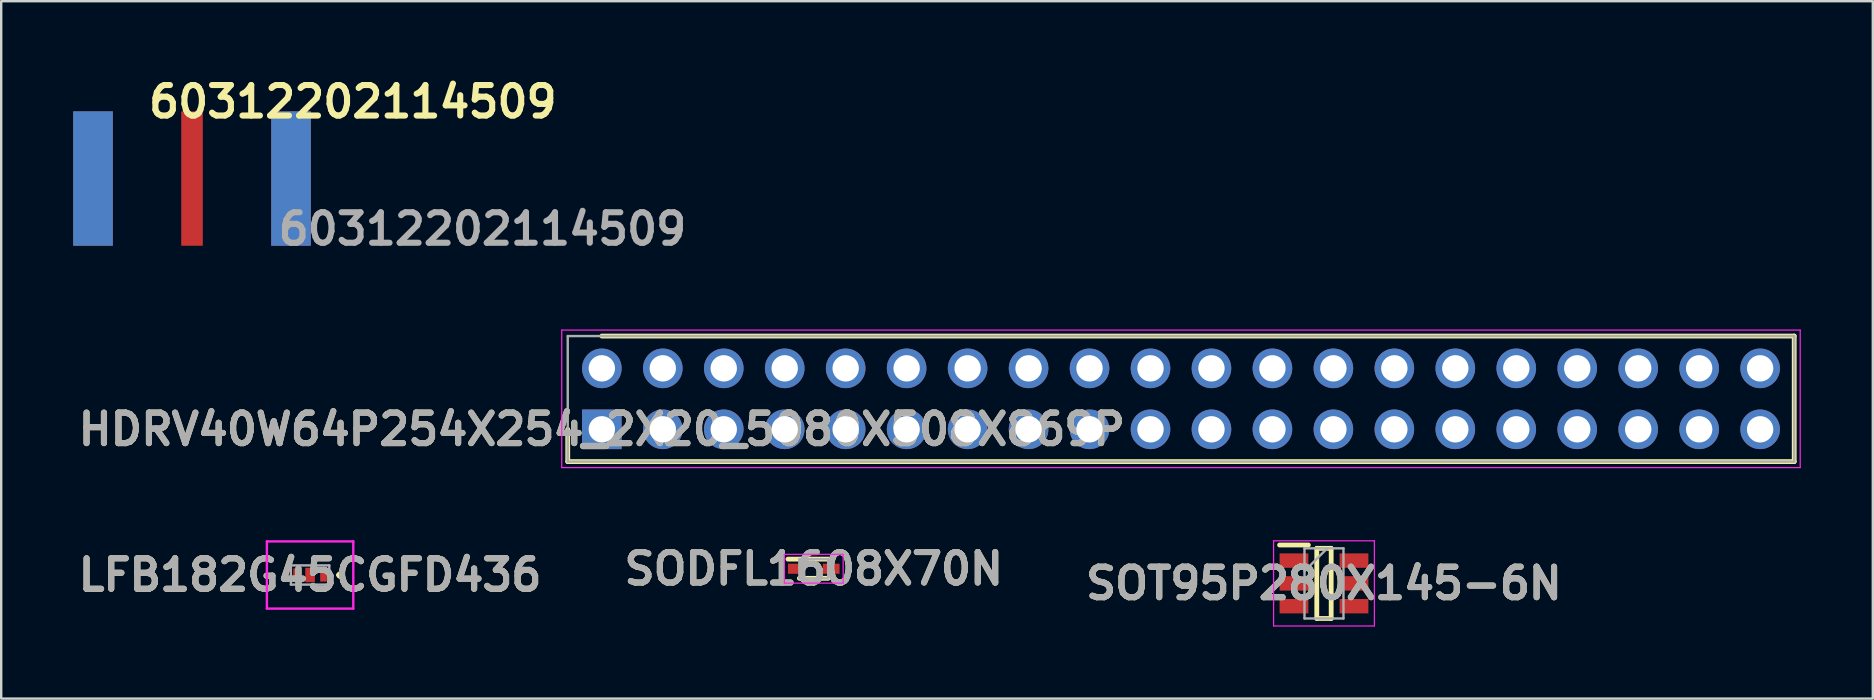
<source format=kicad_pcb>
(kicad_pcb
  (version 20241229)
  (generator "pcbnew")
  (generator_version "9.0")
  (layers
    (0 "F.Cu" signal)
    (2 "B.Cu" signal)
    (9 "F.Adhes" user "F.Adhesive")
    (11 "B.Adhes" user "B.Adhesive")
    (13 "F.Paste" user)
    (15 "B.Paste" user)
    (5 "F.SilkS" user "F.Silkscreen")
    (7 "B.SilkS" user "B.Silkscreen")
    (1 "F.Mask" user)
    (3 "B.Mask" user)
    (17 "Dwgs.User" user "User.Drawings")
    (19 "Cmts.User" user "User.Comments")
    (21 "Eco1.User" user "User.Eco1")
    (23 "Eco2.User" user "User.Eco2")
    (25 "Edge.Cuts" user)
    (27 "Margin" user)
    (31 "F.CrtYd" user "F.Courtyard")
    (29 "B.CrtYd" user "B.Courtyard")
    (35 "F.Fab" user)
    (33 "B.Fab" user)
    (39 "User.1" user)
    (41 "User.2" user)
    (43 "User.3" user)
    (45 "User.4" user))
  (footprint "60312202114509"
    (layer "F.Cu")
    (at 4.95 4.389)
    (property "Reference" "60312202114509" (at 6.7 -3.2 0) (layer "F.SilkS") (effects (font (size 1.27 1.27) (thickness 0.254))))
    (attr smd)
    (fp_text user "${REFERENCE}" (at 12.1 2.1 0) (layer "F.Fab") (effects (font (size 1.27 1.27) (thickness 0.254))))
    (pad "1" smd rect (at -4.125 0) (size 1.65 5.6) (layers "F.Cu" "F.Mask" "F.Paste"))
    (pad "2" smd rect (at 0 0) (size 0.9 5.6) (layers "F.Cu" "F.Mask" "F.Paste"))
    (pad "3" smd rect (at 4.125 0) (size 1.65 5.6) (layers "F.Cu" "F.Mask" "F.Paste"))
    (pad "4" smd rect (at -4.125 0) (size 1.65 5.6) (layers "B.Cu" "B.Mask" "B.Paste"))
    (pad "5" smd rect (at 4.125 0) (size 1.65 5.6) (layers "B.Cu" "B.Mask" "B.Paste")))
  (footprint "HDRV40W64P254X254_2X20_5080X508X869P"
    (layer "F.Cu")
    (at 22.025 14.837)
    (property "Reference" "HDRV40W64P254X254_2X20_5080X508X869P" (at 0 0 0) (layer "F.SilkS") (effects (font (size 1.27 1.27) (thickness 0.254))))
    (attr through_hole)
    (fp_line (start -1.42 0) (end -1.42 1.345) (stroke (width 0.2) (type solid)) (layer "F.SilkS"))
    (fp_line (start -1.42 1.345) (end 49.68 1.345) (stroke (width 0.2) (type solid)) (layer "F.SilkS"))
    (fp_line (start 49.68 -3.885) (end 0 -3.885) (stroke (width 0.2) (type solid)) (layer "F.SilkS"))
    (fp_line (start 49.68 1.345) (end 49.68 -3.885) (stroke (width 0.2) (type solid)) (layer "F.SilkS"))
    (fp_line (start -1.67 -4.135) (end 49.93 -4.135) (stroke (width 0.05) (type solid)) (layer "F.CrtYd"))
    (fp_line (start -1.67 1.595) (end -1.67 -4.135) (stroke (width 0.05) (type solid)) (layer "F.CrtYd"))
    (fp_line (start 49.93 -4.135) (end 49.93 1.595) (stroke (width 0.05) (type solid)) (layer "F.CrtYd"))
    (fp_line (start 49.93 1.595) (end -1.67 1.595) (stroke (width 0.05) (type solid)) (layer "F.CrtYd"))
    (fp_line (start -1.42 -3.885) (end 49.68 -3.885) (stroke (width 0.1) (type solid)) (layer "F.Fab"))
    (fp_line (start -1.42 1.345) (end -1.42 -3.885) (stroke (width 0.1) (type solid)) (layer "F.Fab"))
    (fp_line (start 49.68 -3.885) (end 49.68 1.345) (stroke (width 0.1) (type solid)) (layer "F.Fab"))
    (fp_line (start 49.68 1.345) (end -1.42 1.345) (stroke (width 0.1) (type solid)) (layer "F.Fab"))
    (fp_text user "${REFERENCE}" (at 0 0 0) (layer "F.Fab") (effects (font (size 1.27 1.27) (thickness 0.254))))
    (pad "1" thru_hole rect (at 0 0) (size 1.65 1.65) (drill 1.1) (layers "*.Cu" "*.Mask"))
    (pad "2" thru_hole circle (at 0 -2.54) (size 1.65 1.65) (drill 1.1) (layers "*.Cu" "*.Mask"))
    (pad "3" thru_hole circle (at 2.54 0) (size 1.65 1.65) (drill 1.1) (layers "*.Cu" "*.Mask"))
    (pad "4" thru_hole circle (at 2.54 -2.54) (size 1.65 1.65) (drill 1.1) (layers "*.Cu" "*.Mask"))
    (pad "5" thru_hole circle (at 5.08 0) (size 1.65 1.65) (drill 1.1) (layers "*.Cu" "*.Mask"))
    (pad "6" thru_hole circle (at 5.08 -2.54) (size 1.65 1.65) (drill 1.1) (layers "*.Cu" "*.Mask"))
    (pad "7" thru_hole circle (at 7.62 0) (size 1.65 1.65) (drill 1.1) (layers "*.Cu" "*.Mask"))
    (pad "8" thru_hole circle (at 7.62 -2.54) (size 1.65 1.65) (drill 1.1) (layers "*.Cu" "*.Mask"))
    (pad "9" thru_hole circle (at 10.16 0) (size 1.65 1.65) (drill 1.1) (layers "*.Cu" "*.Mask"))
    (pad "10" thru_hole circle (at 10.16 -2.54) (size 1.65 1.65) (drill 1.1) (layers "*.Cu" "*.Mask"))
    (pad "11" thru_hole circle (at 12.7 0) (size 1.65 1.65) (drill 1.1) (layers "*.Cu" "*.Mask"))
    (pad "12" thru_hole circle (at 12.7 -2.54) (size 1.65 1.65) (drill 1.1) (layers "*.Cu" "*.Mask"))
    (pad "13" thru_hole circle (at 15.24 0) (size 1.65 1.65) (drill 1.1) (layers "*.Cu" "*.Mask"))
    (pad "14" thru_hole circle (at 15.24 -2.54) (size 1.65 1.65) (drill 1.1) (layers "*.Cu" "*.Mask"))
    (pad "15" thru_hole circle (at 17.78 0) (size 1.65 1.65) (drill 1.1) (layers "*.Cu" "*.Mask"))
    (pad "16" thru_hole circle (at 17.78 -2.54) (size 1.65 1.65) (drill 1.1) (layers "*.Cu" "*.Mask"))
    (pad "17" thru_hole circle (at 20.32 0) (size 1.65 1.65) (drill 1.1) (layers "*.Cu" "*.Mask"))
    (pad "18" thru_hole circle (at 20.32 -2.54) (size 1.65 1.65) (drill 1.1) (layers "*.Cu" "*.Mask"))
    (pad "19" thru_hole circle (at 22.86 0) (size 1.65 1.65) (drill 1.1) (layers "*.Cu" "*.Mask"))
    (pad "20" thru_hole circle (at 22.86 -2.54) (size 1.65 1.65) (drill 1.1) (layers "*.Cu" "*.Mask"))
    (pad "21" thru_hole circle (at 25.4 0) (size 1.65 1.65) (drill 1.1) (layers "*.Cu" "*.Mask"))
    (pad "22" thru_hole circle (at 25.4 -2.54) (size 1.65 1.65) (drill 1.1) (layers "*.Cu" "*.Mask"))
    (pad "23" thru_hole circle (at 27.94 0) (size 1.65 1.65) (drill 1.1) (layers "*.Cu" "*.Mask"))
    (pad "24" thru_hole circle (at 27.94 -2.54) (size 1.65 1.65) (drill 1.1) (layers "*.Cu" "*.Mask"))
    (pad "25" thru_hole circle (at 30.48 0) (size 1.65 1.65) (drill 1.1) (layers "*.Cu" "*.Mask"))
    (pad "26" thru_hole circle (at 30.48 -2.54) (size 1.65 1.65) (drill 1.1) (layers "*.Cu" "*.Mask"))
    (pad "27" thru_hole circle (at 33.02 0) (size 1.65 1.65) (drill 1.1) (layers "*.Cu" "*.Mask"))
    (pad "28" thru_hole circle (at 33.02 -2.54) (size 1.65 1.65) (drill 1.1) (layers "*.Cu" "*.Mask"))
    (pad "29" thru_hole circle (at 35.56 0) (size 1.65 1.65) (drill 1.1) (layers "*.Cu" "*.Mask"))
    (pad "30" thru_hole circle (at 35.56 -2.54) (size 1.65 1.65) (drill 1.1) (layers "*.Cu" "*.Mask"))
    (pad "31" thru_hole circle (at 38.1 0) (size 1.65 1.65) (drill 1.1) (layers "*.Cu" "*.Mask"))
    (pad "32" thru_hole circle (at 38.1 -2.54) (size 1.65 1.65) (drill 1.1) (layers "*.Cu" "*.Mask"))
    (pad "33" thru_hole circle (at 40.64 0) (size 1.65 1.65) (drill 1.1) (layers "*.Cu" "*.Mask"))
    (pad "34" thru_hole circle (at 40.64 -2.54) (size 1.65 1.65) (drill 1.1) (layers "*.Cu" "*.Mask"))
    (pad "35" thru_hole circle (at 43.18 0) (size 1.65 1.65) (drill 1.1) (layers "*.Cu" "*.Mask"))
    (pad "36" thru_hole circle (at 43.18 -2.54) (size 1.65 1.65) (drill 1.1) (layers "*.Cu" "*.Mask"))
    (pad "37" thru_hole circle (at 45.72 0) (size 1.65 1.65) (drill 1.1) (layers "*.Cu" "*.Mask"))
    (pad "38" thru_hole circle (at 45.72 -2.54) (size 1.65 1.65) (drill 1.1) (layers "*.Cu" "*.Mask"))
    (pad "39" thru_hole circle (at 48.26 0) (size 1.65 1.65) (drill 1.1) (layers "*.Cu" "*.Mask"))
    (pad "40" thru_hole circle (at 48.26 -2.54) (size 1.65 1.65) (drill 1.1) (layers "*.Cu" "*.Mask")))
  (footprint "SOT95P280X145-6N"
    (layer "F.Cu")
    (at 52.113 21.257)
    (property "Reference" "SOT95P280X145-6N" (at 0 0 0) (layer "F.SilkS") (effects (font (size 1.27 1.27) (thickness 0.254))))
    (attr smd)
    (fp_line (start -1.85 -1.6) (end -0.65 -1.6) (stroke (width 0.2) (type solid)) (layer "F.SilkS"))
    (fp_line (start -0.3 -1.462) (end 0.3 -1.462) (stroke (width 0.2) (type solid)) (layer "F.SilkS"))
    (fp_line (start -0.3 1.462) (end -0.3 -1.462) (stroke (width 0.2) (type solid)) (layer "F.SilkS"))
    (fp_line (start 0.3 -1.462) (end 0.3 1.462) (stroke (width 0.2) (type solid)) (layer "F.SilkS"))
    (fp_line (start 0.3 1.462) (end -0.3 1.462) (stroke (width 0.2) (type solid)) (layer "F.SilkS"))
    (fp_line (start -2.1 -1.775) (end 2.1 -1.775) (stroke (width 0.05) (type solid)) (layer "F.CrtYd"))
    (fp_line (start -2.1 1.775) (end -2.1 -1.775) (stroke (width 0.05) (type solid)) (layer "F.CrtYd"))
    (fp_line (start 2.1 -1.775) (end 2.1 1.775) (stroke (width 0.05) (type solid)) (layer "F.CrtYd"))
    (fp_line (start 2.1 1.775) (end -2.1 1.775) (stroke (width 0.05) (type solid)) (layer "F.CrtYd"))
    (fp_line (start -0.812 -1.462) (end 0.812 -1.462) (stroke (width 0.1) (type solid)) (layer "F.Fab"))
    (fp_line (start -0.812 -0.512) (end 0.138 -1.462) (stroke (width 0.1) (type solid)) (layer "F.Fab"))
    (fp_line (start -0.812 1.462) (end -0.812 -1.462) (stroke (width 0.1) (type solid)) (layer "F.Fab"))
    (fp_line (start 0.812 -1.462) (end 0.812 1.462) (stroke (width 0.1) (type solid)) (layer "F.Fab"))
    (fp_line (start 0.812 1.462) (end -0.812 1.462) (stroke (width 0.1) (type solid)) (layer "F.Fab"))
    (fp_text user "${REFERENCE}" (at 0 0 0) (layer "F.Fab") (effects (font (size 1.27 1.27) (thickness 0.254))))
    (pad "1" smd rect (at -1.25 -0.95 90) (size 0.6 1.2) (layers "F.Cu" "F.Mask" "F.Paste"))
    (pad "2" smd rect (at -1.25 0 90) (size 0.6 1.2) (layers "F.Cu" "F.Mask" "F.Paste"))
    (pad "3" smd rect (at -1.25 0.95 90) (size 0.6 1.2) (layers "F.Cu" "F.Mask" "F.Paste"))
    (pad "4" smd rect (at 1.25 0.95 90) (size 0.6 1.2) (layers "F.Cu" "F.Mask" "F.Paste"))
    (pad "5" smd rect (at 1.25 0 90) (size 0.6 1.2) (layers "F.Cu" "F.Mask" "F.Paste"))
    (pad "6" smd rect (at 1.25 -0.95 90) (size 0.6 1.2) (layers "F.Cu" "F.Mask" "F.Paste")))
  (footprint "LFB182G45CGFD436"
    (layer "F.Cu")
    (at 9.87 20.907)
    (property "Reference" "LFB182G45CGFD436" (at 0 0 0) (layer "F.SilkS") (effects (font (size 1.27 1.27) (thickness 0.254))))
    (attr smd)
    (fp_line (start 1.2 0) (end 1.2 0) (stroke (width 0.2) (type solid)) (layer "F.SilkS"))
    (fp_line (start 1.2 0) (end 1.2 0) (stroke (width 0.2) (type solid)) (layer "F.SilkS"))
    (fp_line (start 1.3 0) (end 1.3 0) (stroke (width 0.2) (type solid)) (layer "F.SilkS"))
    (fp_arc (start 1.2 0) (mid 1.25 -0.05) (end 1.3 0) (stroke (width 0.2) (type solid)) (layer "F.SilkS"))
    (fp_arc (start 1.3 0) (mid 1.25 0.05) (end 1.2 0) (stroke (width 0.2) (type solid)) (layer "F.SilkS"))
    (fp_arc (start 1.3 0) (mid 1.25 0.05) (end 1.2 0) (stroke (width 0.2) (type solid)) (layer "F.SilkS"))
    (fp_line (start -1.8 -1.4) (end 1.8 -1.4) (stroke (width 0.1) (type solid)) (layer "F.CrtYd"))
    (fp_line (start -1.8 1.4) (end -1.8 -1.4) (stroke (width 0.1) (type solid)) (layer "F.CrtYd"))
    (fp_line (start 1.8 -1.4) (end 1.8 1.4) (stroke (width 0.1) (type solid)) (layer "F.CrtYd"))
    (fp_line (start 1.8 1.4) (end -1.8 1.4) (stroke (width 0.1) (type solid)) (layer "F.CrtYd"))
    (fp_line (start -0.8 -0.4) (end -0.8 0.4) (stroke (width 0.1) (type solid)) (layer "F.Fab"))
    (fp_line (start -0.8 0.4) (end 0.8 0.4) (stroke (width 0.1) (type solid)) (layer "F.Fab"))
    (fp_line (start 0.8 -0.4) (end -0.8 -0.4) (stroke (width 0.1) (type solid)) (layer "F.Fab"))
    (fp_line (start 0.8 0.4) (end 0.8 -0.4) (stroke (width 0.1) (type solid)) (layer "F.Fab"))
    (fp_text user "${REFERENCE}" (at 0 0 0) (layer "F.Fab") (effects (font (size 1.27 1.27) (thickness 0.254))))
    (pad "1" smd rect (at 0.56 0) (size 0.28 0.55) (layers "F.Cu" "F.Mask" "F.Paste"))
    (pad "2" smd rect (at 0 0) (size 0.4 0.6) (layers "F.Cu" "F.Mask" "F.Paste"))
    (pad "3" smd rect (at -0.56 0) (size 0.28 0.55) (layers "F.Cu" "F.Mask" "F.Paste")))
  (footprint "SODFL1608X70N"
    (layer "F.Cu")
    (at 30.855 20.646)
    (property "Reference" "SODFL1608X70N" (at 0 0 0) (layer "F.SilkS") (effects (font (size 1.27 1.27) (thickness 0.254))))
    (attr smd)
    (fp_line (start -1.075 -0.4) (end 0.6 -0.4) (stroke (width 0.2) (type solid)) (layer "F.SilkS"))
    (fp_line (start -0.6 0.4) (end 0.6 0.4) (stroke (width 0.2) (type solid)) (layer "F.SilkS"))
    (fp_line (start -1.225 -0.6) (end 1.225 -0.6) (stroke (width 0.05) (type solid)) (layer "F.CrtYd"))
    (fp_line (start -1.225 0.6) (end -1.225 -0.6) (stroke (width 0.05) (type solid)) (layer "F.CrtYd"))
    (fp_line (start 1.225 -0.6) (end 1.225 0.6) (stroke (width 0.05) (type solid)) (layer "F.CrtYd"))
    (fp_line (start 1.225 0.6) (end -1.225 0.6) (stroke (width 0.05) (type solid)) (layer "F.CrtYd"))
    (fp_line (start -0.6 -0.4) (end 0.6 -0.4) (stroke (width 0.1) (type solid)) (layer "F.Fab"))
    (fp_line (start -0.6 -0.05) (end -0.25 -0.4) (stroke (width 0.1) (type solid)) (layer "F.Fab"))
    (fp_line (start -0.6 0.4) (end -0.6 -0.4) (stroke (width 0.1) (type solid)) (layer "F.Fab"))
    (fp_line (start 0.6 -0.4) (end 0.6 0.4) (stroke (width 0.1) (type solid)) (layer "F.Fab"))
    (fp_line (start 0.6 0.4) (end -0.6 0.4) (stroke (width 0.1) (type solid)) (layer "F.Fab"))
    (fp_text user "${REFERENCE}" (at 0 0 0) (layer "F.Fab") (effects (font (size 1.27 1.27) (thickness 0.254))))
    (pad "1" smd rect (at -0.725 0 90) (size 0.42 0.7) (layers "F.Cu" "F.Mask" "F.Paste"))
    (pad "2" smd rect (at 0.725 0 90) (size 0.42 0.7) (layers "F.Cu" "F.Mask" "F.Paste")))
  (gr_rect
    (start -3 -3)
    (end 74.98 26.057)
    (stroke (width 0.1) (type default))
    (fill no)
    (layer "Edge.Cuts")))
</source>
